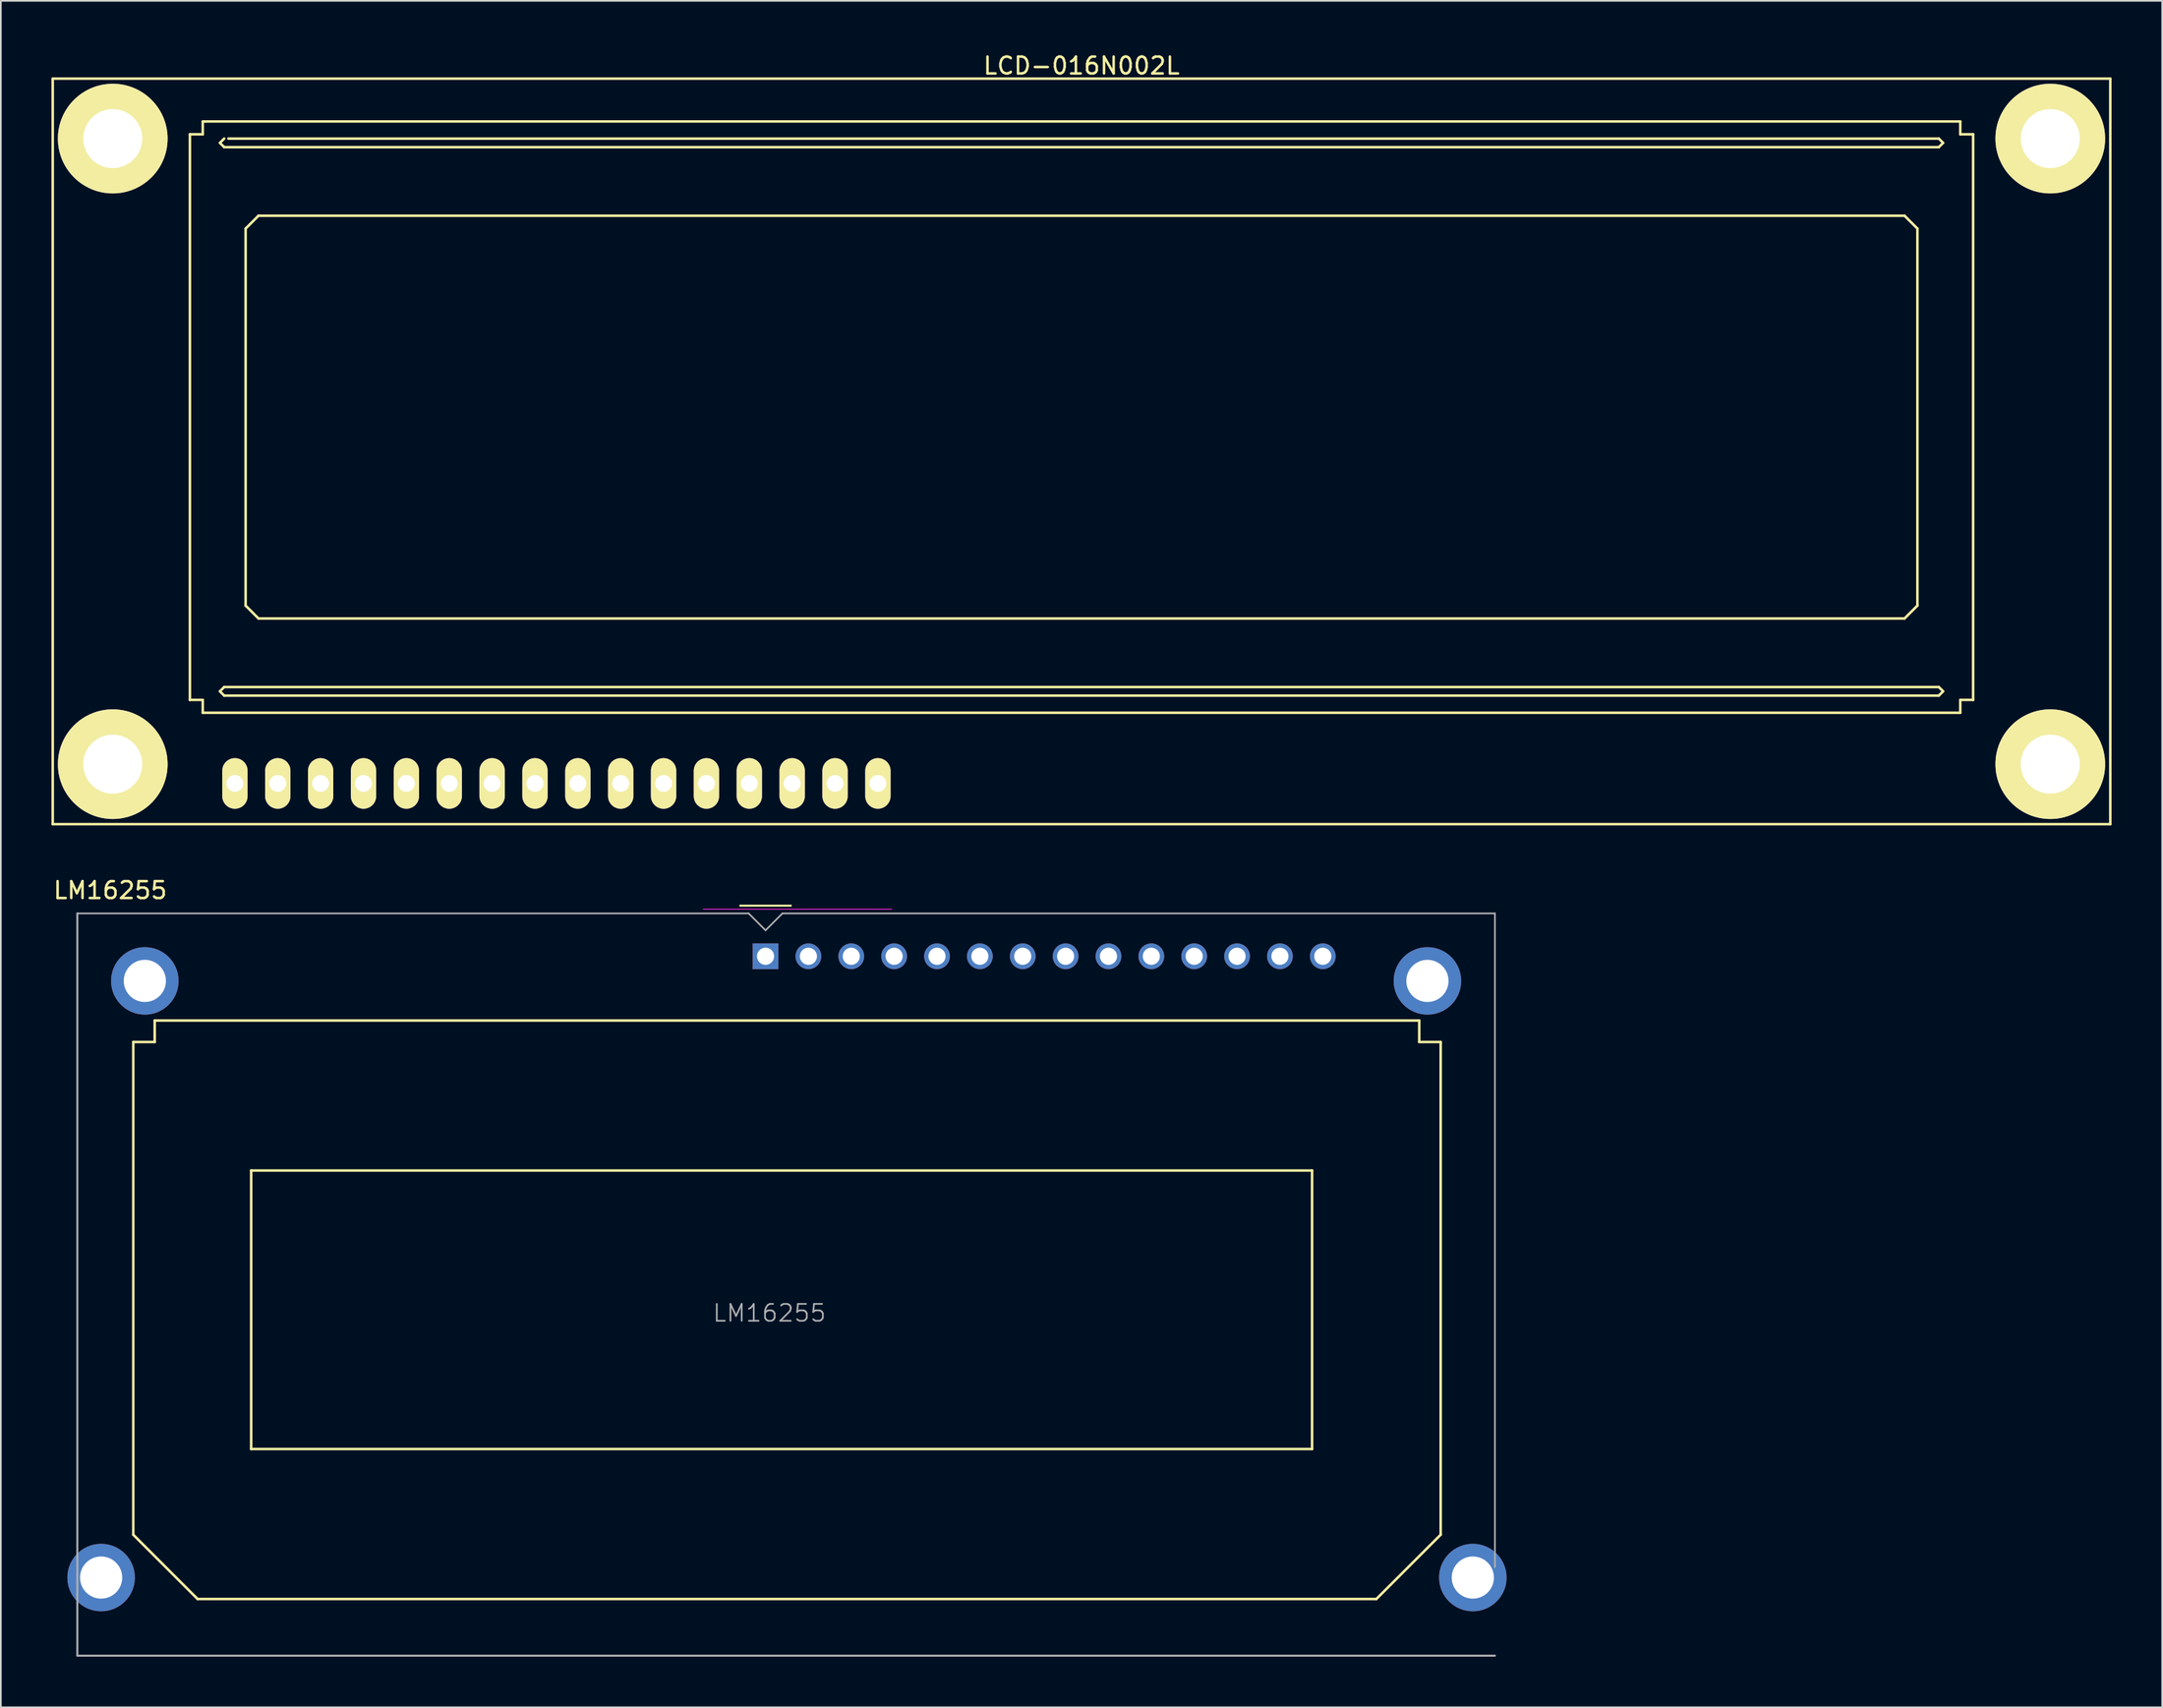
<source format=kicad_pcb>
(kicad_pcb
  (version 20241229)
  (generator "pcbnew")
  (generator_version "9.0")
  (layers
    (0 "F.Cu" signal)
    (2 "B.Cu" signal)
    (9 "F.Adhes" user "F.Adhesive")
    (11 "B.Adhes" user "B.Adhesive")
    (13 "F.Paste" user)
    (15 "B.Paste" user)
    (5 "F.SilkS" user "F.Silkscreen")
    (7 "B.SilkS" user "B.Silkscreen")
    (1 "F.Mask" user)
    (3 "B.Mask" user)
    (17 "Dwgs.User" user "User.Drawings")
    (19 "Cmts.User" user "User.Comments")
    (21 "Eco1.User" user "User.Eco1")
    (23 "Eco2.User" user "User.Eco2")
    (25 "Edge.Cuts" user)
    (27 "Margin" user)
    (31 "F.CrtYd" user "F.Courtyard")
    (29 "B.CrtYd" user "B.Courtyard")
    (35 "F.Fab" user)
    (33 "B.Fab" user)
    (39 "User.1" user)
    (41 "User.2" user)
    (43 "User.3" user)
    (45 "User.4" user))
  (footprint "LCD-016N002L"
    (layer "F.Cu")
    (at 61.035 23.708)
    (property "Reference" "LCD-016N002L" (at 0 -22.86 0) (layer "F.SilkS") (effects (font (size 1 1) (thickness 0.15))))
    (attr through_hole)
    (fp_line (start -60.96 -22.098) (end 60.96 -22.098) (stroke (width 0.15) (type solid)) (layer "F.SilkS"))
    (fp_line (start -60.96 22.098) (end -60.96 -22.098) (stroke (width 0.15) (type solid)) (layer "F.SilkS"))
    (fp_line (start -52.832 -18.796) (end -52.832 14.732) (stroke (width 0.15) (type solid)) (layer "F.SilkS"))
    (fp_line (start -52.832 -18.796) (end -52.07 -18.796) (stroke (width 0.15) (type solid)) (layer "F.SilkS"))
    (fp_line (start -52.07 -18.796) (end -52.07 -19.558) (stroke (width 0.15) (type solid)) (layer "F.SilkS"))
    (fp_line (start -52.07 14.732) (end -52.832 14.732) (stroke (width 0.15) (type solid)) (layer "F.SilkS"))
    (fp_line (start -52.07 15.494) (end -52.07 14.732) (stroke (width 0.15) (type solid)) (layer "F.SilkS"))
    (fp_line (start -52.07 15.494) (end 52.07 15.494) (stroke (width 0.15) (type solid)) (layer "F.SilkS"))
    (fp_line (start -51.054 -18.288) (end -50.8 -18.034) (stroke (width 0.15) (type solid)) (layer "F.SilkS"))
    (fp_line (start -51.054 14.224) (end -50.8 13.97) (stroke (width 0.15) (type solid)) (layer "F.SilkS"))
    (fp_line (start -50.8 -18.542) (end -51.054 -18.288) (stroke (width 0.15) (type solid)) (layer "F.SilkS"))
    (fp_line (start -50.8 -18.034) (end 50.8 -18.034) (stroke (width 0.15) (type solid)) (layer "F.SilkS"))
    (fp_line (start -50.8 14.478) (end -51.054 14.224) (stroke (width 0.15) (type solid)) (layer "F.SilkS"))
    (fp_line (start -50.8 14.478) (end 50.8 14.478) (stroke (width 0.15) (type solid)) (layer "F.SilkS"))
    (fp_line (start -49.53 -13.208) (end -48.768 -13.97) (stroke (width 0.15) (type solid)) (layer "F.SilkS"))
    (fp_line (start -49.53 9.144) (end -49.53 -13.208) (stroke (width 0.15) (type solid)) (layer "F.SilkS"))
    (fp_line (start -48.768 -13.97) (end 48.768 -13.97) (stroke (width 0.15) (type solid)) (layer "F.SilkS"))
    (fp_line (start -48.768 9.906) (end -49.53 9.144) (stroke (width 0.15) (type solid)) (layer "F.SilkS"))
    (fp_line (start 48.768 -13.97) (end 49.53 -13.208) (stroke (width 0.15) (type solid)) (layer "F.SilkS"))
    (fp_line (start 48.768 9.906) (end -48.768 9.906) (stroke (width 0.15) (type solid)) (layer "F.SilkS"))
    (fp_line (start 49.53 -13.208) (end 49.53 9.144) (stroke (width 0.15) (type solid)) (layer "F.SilkS"))
    (fp_line (start 49.53 9.144) (end 48.768 9.906) (stroke (width 0.15) (type solid)) (layer "F.SilkS"))
    (fp_line (start 50.8 -18.542) (end -50.546 -18.542) (stroke (width 0.15) (type solid)) (layer "F.SilkS"))
    (fp_line (start 50.8 -18.034) (end 51.054 -18.288) (stroke (width 0.15) (type solid)) (layer "F.SilkS"))
    (fp_line (start 50.8 13.97) (end -50.8 13.97) (stroke (width 0.15) (type solid)) (layer "F.SilkS"))
    (fp_line (start 50.8 14.478) (end 51.054 14.224) (stroke (width 0.15) (type solid)) (layer "F.SilkS"))
    (fp_line (start 51.054 -18.288) (end 50.8 -18.542) (stroke (width 0.15) (type solid)) (layer "F.SilkS"))
    (fp_line (start 51.054 14.224) (end 50.8 13.97) (stroke (width 0.15) (type solid)) (layer "F.SilkS"))
    (fp_line (start 52.07 -19.558) (end -52.07 -19.558) (stroke (width 0.15) (type solid)) (layer "F.SilkS"))
    (fp_line (start 52.07 -19.558) (end 52.07 -18.796) (stroke (width 0.15) (type solid)) (layer "F.SilkS"))
    (fp_line (start 52.07 -18.796) (end 52.832 -18.796) (stroke (width 0.15) (type solid)) (layer "F.SilkS"))
    (fp_line (start 52.07 14.732) (end 52.832 14.732) (stroke (width 0.15) (type solid)) (layer "F.SilkS"))
    (fp_line (start 52.07 15.494) (end 52.07 14.732) (stroke (width 0.15) (type solid)) (layer "F.SilkS"))
    (fp_line (start 52.832 14.732) (end 52.832 -18.796) (stroke (width 0.15) (type solid)) (layer "F.SilkS"))
    (fp_line (start 60.96 -22.098) (end 60.96 22.098) (stroke (width 0.15) (type solid)) (layer "F.SilkS"))
    (fp_line (start 60.96 22.098) (end -60.96 22.098) (stroke (width 0.15) (type solid)) (layer "F.SilkS"))
    (pad "" thru_hole circle (at -57.404 -18.542) (size 6.5 6.5) (drill 3.5) (layers "*.Cu" "*.Mask" "F.SilkS"))
    (pad "" thru_hole circle (at -57.404 18.542) (size 6.5 6.5) (drill 3.5) (layers "*.Cu" "*.Mask" "F.SilkS"))
    (pad "" thru_hole circle (at 57.404 -18.542) (size 6.5 6.5) (drill 3.5) (layers "*.Cu" "*.Mask" "F.SilkS"))
    (pad "" thru_hole circle (at 57.404 18.542) (size 6.5 6.5) (drill 3.5) (layers "*.Cu" "*.Mask" "F.SilkS"))
    (pad "1" thru_hole oval (at -50.165 19.685) (size 1.5 3) (drill 1) (layers "*.Cu" "*.Mask" "F.SilkS"))
    (pad "2" thru_hole oval (at -47.625 19.685) (size 1.5 3) (drill 1) (layers "*.Cu" "*.Mask" "F.SilkS"))
    (pad "3" thru_hole oval (at -45.085 19.685) (size 1.5 3) (drill 1) (layers "*.Cu" "*.Mask" "F.SilkS"))
    (pad "4" thru_hole oval (at -42.545 19.685) (size 1.5 3) (drill 1) (layers "*.Cu" "*.Mask" "F.SilkS"))
    (pad "5" thru_hole oval (at -40.005 19.685) (size 1.5 3) (drill 1) (layers "*.Cu" "*.Mask" "F.SilkS"))
    (pad "6" thru_hole oval (at -37.465 19.685) (size 1.5 3) (drill 1) (layers "*.Cu" "*.Mask" "F.SilkS"))
    (pad "7" thru_hole oval (at -34.925 19.685) (size 1.5 3) (drill 1) (layers "*.Cu" "*.Mask" "F.SilkS"))
    (pad "8" thru_hole oval (at -32.385 19.685) (size 1.5 3) (drill 1) (layers "*.Cu" "*.Mask" "F.SilkS"))
    (pad "9" thru_hole oval (at -29.845 19.685) (size 1.5 3) (drill 1) (layers "*.Cu" "*.Mask" "F.SilkS"))
    (pad "10" thru_hole oval (at -27.305 19.685) (size 1.5 3) (drill 1) (layers "*.Cu" "*.Mask" "F.SilkS"))
    (pad "11" thru_hole oval (at -24.765 19.685) (size 1.5 3) (drill 1) (layers "*.Cu" "*.Mask" "F.SilkS"))
    (pad "12" thru_hole oval (at -22.225 19.685) (size 1.5 3) (drill 1) (layers "*.Cu" "*.Mask" "F.SilkS"))
    (pad "13" thru_hole oval (at -19.685 19.685) (size 1.5 3) (drill 1) (layers "*.Cu" "*.Mask" "F.SilkS"))
    (pad "14" thru_hole oval (at -17.145 19.685) (size 1.5 3) (drill 1) (layers "*.Cu" "*.Mask" "F.SilkS"))
    (pad "15" thru_hole oval (at -14.605 19.685) (size 1.5 3) (drill 1) (layers "*.Cu" "*.Mask" "F.SilkS"))
    (pad "16" thru_hole oval (at -12.065 19.685) (size 1.5 3) (drill 1) (layers "*.Cu" "*.Mask" "F.SilkS")))
  (footprint "LM16255"
    (layer "F.Cu")
    (at 42.312 53.639)
    (property "Reference" "LM16255" (at -38.83 -3.91 180) (layer "F.SilkS") (effects (font (size 1 1) (thickness 0.15))))
    (attr through_hole)
    (fp_line (start -37.465 5.08) (end -36.195 5.08) (stroke (width 0.15) (type solid)) (layer "F.SilkS"))
    (fp_line (start -37.465 34.29) (end -37.465 5.08) (stroke (width 0.15) (type solid)) (layer "F.SilkS"))
    (fp_line (start -36.195 3.81) (end 38.735 3.81) (stroke (width 0.15) (type solid)) (layer "F.SilkS"))
    (fp_line (start -36.195 5.08) (end -36.195 3.81) (stroke (width 0.15) (type solid)) (layer "F.SilkS"))
    (fp_line (start -33.655 38.1) (end -37.465 34.29) (stroke (width 0.15) (type solid)) (layer "F.SilkS"))
    (fp_line (start -30.48 12.7) (end 32.385 12.7) (stroke (width 0.15) (type solid)) (layer "F.SilkS"))
    (fp_line (start -30.48 29.21) (end -30.48 12.7) (stroke (width 0.15) (type solid)) (layer "F.SilkS"))
    (fp_line (start -1.5 -3) (end 1.5 -3) (stroke (width 0.12) (type solid)) (layer "F.SilkS"))
    (fp_line (start 32.385 12.7) (end 32.385 29.21) (stroke (width 0.15) (type solid)) (layer "F.SilkS"))
    (fp_line (start 32.385 29.21) (end -30.48 29.21) (stroke (width 0.15) (type solid)) (layer "F.SilkS"))
    (fp_line (start 36.195 38.1) (end -33.655 38.1) (stroke (width 0.15) (type solid)) (layer "F.SilkS"))
    (fp_line (start 38.735 3.81) (end 38.735 5.08) (stroke (width 0.15) (type solid)) (layer "F.SilkS"))
    (fp_line (start 38.735 5.08) (end 40.005 5.08) (stroke (width 0.15) (type solid)) (layer "F.SilkS"))
    (fp_line (start 40.005 5.08) (end 40.005 34.29) (stroke (width 0.15) (type solid)) (layer "F.SilkS"))
    (fp_line (start 40.005 34.29) (end 36.195 38.1) (stroke (width 0.15) (type solid)) (layer "F.SilkS"))
    (fp_line (start -3.69 -2.79) (end 7.48 -2.79) (stroke (width 0.05) (type solid)) (layer "F.CrtYd"))
    (fp_line (start -40.78 -2.54) (end -40.78 41.46) (stroke (width 0.12) (type solid)) (layer "F.Fab"))
    (fp_line (start -40.78 41.46) (end 43.22 41.46) (stroke (width 0.12) (type solid)) (layer "F.Fab"))
    (fp_line (start -1 -2.54) (end -40.78 -2.54) (stroke (width 0.1) (type solid)) (layer "F.Fab"))
    (fp_line (start 0 -1.54) (end -1 -2.54) (stroke (width 0.1) (type solid)) (layer "F.Fab"))
    (fp_line (start 1 -2.54) (end 0 -1.54) (stroke (width 0.1) (type solid)) (layer "F.Fab"))
    (fp_line (start 1 -2.54) (end 43.22 -2.54) (stroke (width 0.1) (type solid)) (layer "F.Fab"))
    (fp_line (start 43.22 -2.54) (end 43.22 36.21) (stroke (width 0.1) (type solid)) (layer "F.Fab"))
    (fp_text user "${REFERENCE}" (at 0.23 21.15 0) (layer "F.Fab") (effects (font (size 1 1) (thickness 0.1))))
    (pad "" thru_hole circle (at -39.37 36.83 180) (size 4 4) (drill 2.5) (layers "*.Cu" "*.Mask"))
    (pad "" thru_hole circle (at -36.78 1.46 180) (size 4 4) (drill 2.5) (layers "*.Cu" "*.Mask"))
    (pad "" thru_hole circle (at 39.22 1.46 180) (size 4 4) (drill 2.5) (layers "*.Cu" "*.Mask"))
    (pad "" thru_hole circle (at 41.91 36.83 180) (size 4 4) (drill 2.5) (layers "*.Cu" "*.Mask"))
    (pad "1" thru_hole rect (at 0 0 180) (size 1.524 1.524) (drill 1.016) (layers "*.Cu" "*.Mask"))
    (pad "2" thru_hole circle (at 2.54 0 180) (size 1.524 1.524) (drill 1.016) (layers "*.Cu" "*.Mask"))
    (pad "3" thru_hole circle (at 5.08 0 180) (size 1.524 1.524) (drill 1.016) (layers "*.Cu" "*.Mask"))
    (pad "4" thru_hole circle (at 7.62 0 180) (size 1.524 1.524) (drill 1.016) (layers "*.Cu" "*.Mask"))
    (pad "5" thru_hole circle (at 10.16 0 180) (size 1.524 1.524) (drill 1.016) (layers "*.Cu" "*.Mask"))
    (pad "6" thru_hole circle (at 12.7 0 180) (size 1.524 1.524) (drill 1.016) (layers "*.Cu" "*.Mask"))
    (pad "7" thru_hole circle (at 15.24 0 180) (size 1.524 1.524) (drill 1.016) (layers "*.Cu" "*.Mask"))
    (pad "8" thru_hole circle (at 17.78 0 180) (size 1.524 1.524) (drill 1.016) (layers "*.Cu" "*.Mask"))
    (pad "9" thru_hole circle (at 20.32 0 180) (size 1.524 1.524) (drill 1.016) (layers "*.Cu" "*.Mask"))
    (pad "10" thru_hole circle (at 22.86 0 180) (size 1.524 1.524) (drill 1.016) (layers "*.Cu" "*.Mask"))
    (pad "11" thru_hole circle (at 25.4 0 180) (size 1.524 1.524) (drill 1.016) (layers "*.Cu" "*.Mask"))
    (pad "12" thru_hole circle (at 27.94 0 180) (size 1.524 1.524) (drill 1.016) (layers "*.Cu" "*.Mask"))
    (pad "13" thru_hole circle (at 30.48 0 180) (size 1.524 1.524) (drill 1.016) (layers "*.Cu" "*.Mask"))
    (pad "14" thru_hole circle (at 33.02 0 180) (size 1.524 1.524) (drill 1.016) (layers "*.Cu" "*.Mask")))
  (gr_rect
    (start -3 -3)
    (end 125.07 98.159)
    (stroke (width 0.1) (type default))
    (fill no)
    (layer "Edge.Cuts")))
</source>
